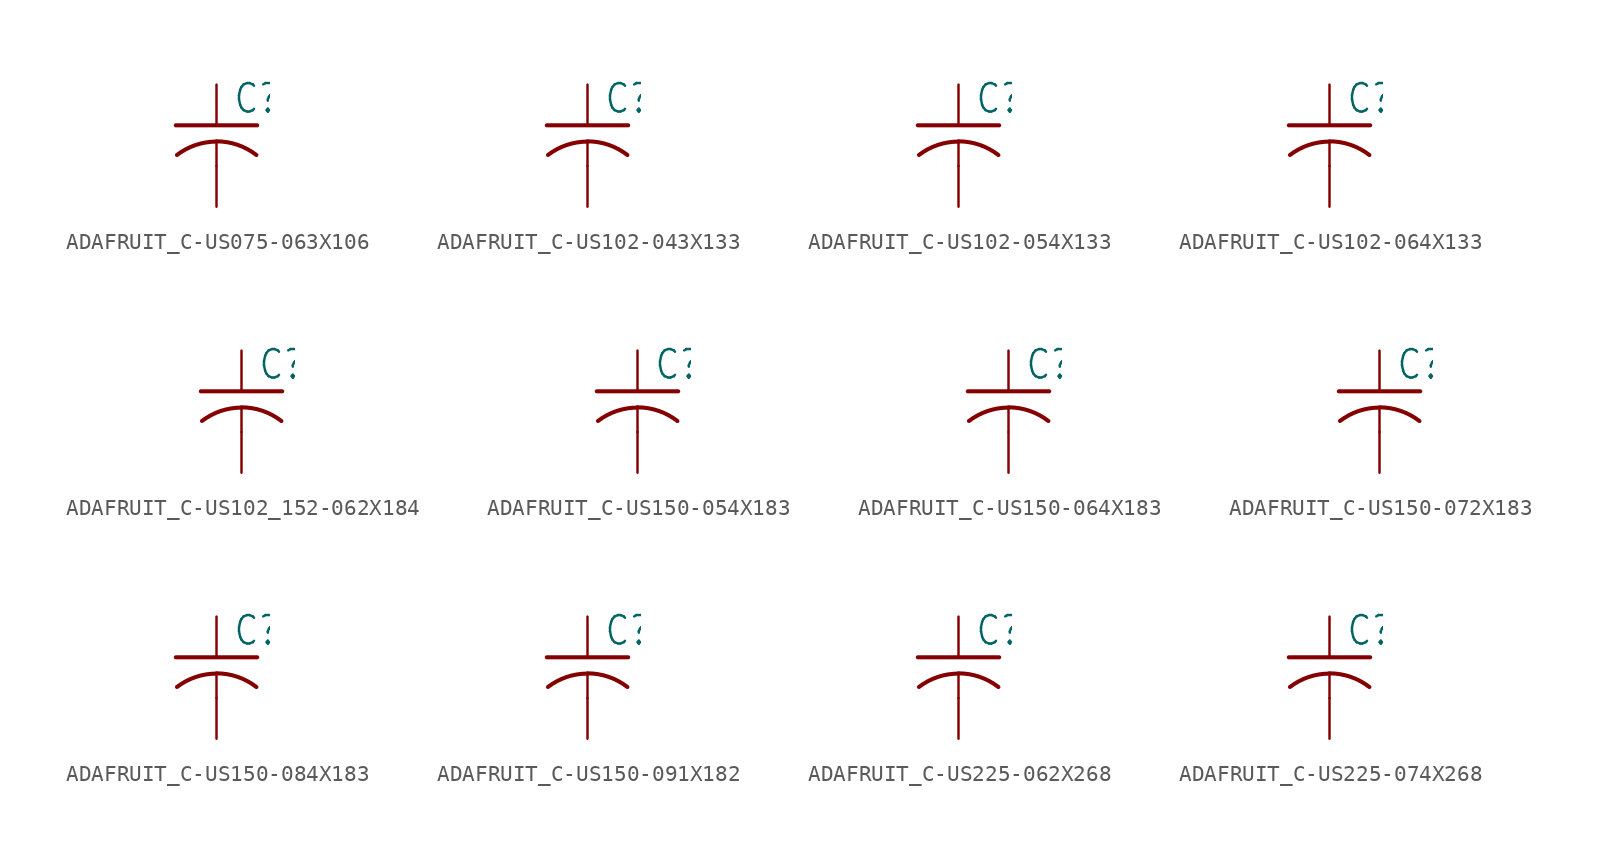
<source format=kicad_sym>
(kicad_symbol_lib
  (version 20231120)
  (generator "kicad_symbol_editor")
  (generator_version "8.0")
  (symbol "ADAFRUIT_C-US075-063X106"
    (property "Reference" "C"
      (at 1.016 0.635 0)
      (effects (font (size 1.778 1.511)) (justify left bottom)))
    (property "Value" ""
      (at 1.016 -4.191 0)
      (effects (font (size 1.778 1.511)) (justify left bottom)))
    (property "ki_locked" ""
      (at 0 0 0)
      (effects (font (size 1.27 1.27))))
    (symbol "ADAFRUIT_C-US075-063X106_1_0"
      (arc (start 0 -1.0161) (mid -1.302 -1.2303) (end -2.4668 -1.8504) (stroke (width 0.254) (type solid)) (fill (type none)))
      (polyline (pts (xy -2.54 0) (xy 2.54 0)) (stroke (width 0.254) (type solid)) (fill (type none)))
      (polyline (pts (xy 0 -1.016) (xy 0 -2.54)) (stroke (width 0.152) (type solid)) (fill (type none)))
      (polyline (pts (xy 0 -1.016) (xy 0 -1.016)) (stroke (width 0.152) (type solid)) (fill (type none)))
      (arc (start 2.4892 -1.8541) (mid 1.3158 -1.2194) (end 0 -1) (stroke (width 0.254) (type solid)) (fill (type none)))
      (pin passive line (at 0 2.54 270) (length 2.54) (name "1" (effects (font (size 0 0)))) (number "1" (effects (font (size 0 0)))))
      (pin passive line (at 0 -5.08 90) (length 2.54) (name "2" (effects (font (size 0 0)))) (number "2" (effects (font (size 0 0)))))))
  (symbol "ADAFRUIT_C-US102-043X133"
    (property "Reference" "C"
      (at 1.016 0.635 0)
      (effects (font (size 1.778 1.511)) (justify left bottom)))
    (property "Value" ""
      (at 1.016 -4.191 0)
      (effects (font (size 1.778 1.511)) (justify left bottom)))
    (property "ki_locked" ""
      (at 0 0 0)
      (effects (font (size 1.27 1.27))))
    (symbol "ADAFRUIT_C-US102-043X133_1_0"
      (arc (start 0 -1.0161) (mid -1.302 -1.2303) (end -2.4668 -1.8504) (stroke (width 0.254) (type solid)) (fill (type none)))
      (polyline (pts (xy -2.54 0) (xy 2.54 0)) (stroke (width 0.254) (type solid)) (fill (type none)))
      (polyline (pts (xy 0 -1.016) (xy 0 -2.54)) (stroke (width 0.152) (type solid)) (fill (type none)))
      (polyline (pts (xy 0 -1.016) (xy 0 -1.016)) (stroke (width 0.152) (type solid)) (fill (type none)))
      (arc (start 2.4892 -1.8541) (mid 1.3158 -1.2194) (end 0 -1) (stroke (width 0.254) (type solid)) (fill (type none)))
      (pin passive line (at 0 2.54 270) (length 2.54) (name "1" (effects (font (size 0 0)))) (number "1" (effects (font (size 0 0)))))
      (pin passive line (at 0 -5.08 90) (length 2.54) (name "2" (effects (font (size 0 0)))) (number "2" (effects (font (size 0 0)))))))
  (symbol "ADAFRUIT_C-US102-054X133"
    (property "Reference" "C"
      (at 1.016 0.635 0)
      (effects (font (size 1.778 1.511)) (justify left bottom)))
    (property "Value" ""
      (at 1.016 -4.191 0)
      (effects (font (size 1.778 1.511)) (justify left bottom)))
    (property "ki_locked" ""
      (at 0 0 0)
      (effects (font (size 1.27 1.27))))
    (symbol "ADAFRUIT_C-US102-054X133_1_0"
      (arc (start 0 -1.0161) (mid -1.302 -1.2303) (end -2.4668 -1.8504) (stroke (width 0.254) (type solid)) (fill (type none)))
      (polyline (pts (xy -2.54 0) (xy 2.54 0)) (stroke (width 0.254) (type solid)) (fill (type none)))
      (polyline (pts (xy 0 -1.016) (xy 0 -2.54)) (stroke (width 0.152) (type solid)) (fill (type none)))
      (polyline (pts (xy 0 -1.016) (xy 0 -1.016)) (stroke (width 0.152) (type solid)) (fill (type none)))
      (arc (start 2.4892 -1.8541) (mid 1.3158 -1.2194) (end 0 -1) (stroke (width 0.254) (type solid)) (fill (type none)))
      (pin passive line (at 0 2.54 270) (length 2.54) (name "1" (effects (font (size 0 0)))) (number "1" (effects (font (size 0 0)))))
      (pin passive line (at 0 -5.08 90) (length 2.54) (name "2" (effects (font (size 0 0)))) (number "2" (effects (font (size 0 0)))))))
  (symbol "ADAFRUIT_C-US102-064X133"
    (property "Reference" "C"
      (at 1.016 0.635 0)
      (effects (font (size 1.778 1.511)) (justify left bottom)))
    (property "Value" ""
      (at 1.016 -4.191 0)
      (effects (font (size 1.778 1.511)) (justify left bottom)))
    (property "ki_locked" ""
      (at 0 0 0)
      (effects (font (size 1.27 1.27))))
    (symbol "ADAFRUIT_C-US102-064X133_1_0"
      (arc (start 0 -1.0161) (mid -1.302 -1.2303) (end -2.4668 -1.8504) (stroke (width 0.254) (type solid)) (fill (type none)))
      (polyline (pts (xy -2.54 0) (xy 2.54 0)) (stroke (width 0.254) (type solid)) (fill (type none)))
      (polyline (pts (xy 0 -1.016) (xy 0 -2.54)) (stroke (width 0.152) (type solid)) (fill (type none)))
      (polyline (pts (xy 0 -1.016) (xy 0 -1.016)) (stroke (width 0.152) (type solid)) (fill (type none)))
      (arc (start 2.4892 -1.8541) (mid 1.3158 -1.2194) (end 0 -1) (stroke (width 0.254) (type solid)) (fill (type none)))
      (pin passive line (at 0 2.54 270) (length 2.54) (name "1" (effects (font (size 0 0)))) (number "1" (effects (font (size 0 0)))))
      (pin passive line (at 0 -5.08 90) (length 2.54) (name "2" (effects (font (size 0 0)))) (number "2" (effects (font (size 0 0)))))))
  (symbol "ADAFRUIT_C-US102_152-062X184"
    (property "Reference" "C"
      (at 1.016 0.635 0)
      (effects (font (size 1.778 1.511)) (justify left bottom)))
    (property "Value" ""
      (at 1.016 -4.191 0)
      (effects (font (size 1.778 1.511)) (justify left bottom)))
    (property "ki_locked" ""
      (at 0 0 0)
      (effects (font (size 1.27 1.27))))
    (symbol "ADAFRUIT_C-US102_152-062X184_1_0"
      (arc (start 0 -1.0161) (mid -1.302 -1.2303) (end -2.4668 -1.8504) (stroke (width 0.254) (type solid)) (fill (type none)))
      (polyline (pts (xy -2.54 0) (xy 2.54 0)) (stroke (width 0.254) (type solid)) (fill (type none)))
      (polyline (pts (xy 0 -1.016) (xy 0 -2.54)) (stroke (width 0.152) (type solid)) (fill (type none)))
      (polyline (pts (xy 0 -1.016) (xy 0 -1.016)) (stroke (width 0.152) (type solid)) (fill (type none)))
      (arc (start 2.4892 -1.8541) (mid 1.3158 -1.2194) (end 0 -1) (stroke (width 0.254) (type solid)) (fill (type none)))
      (pin passive line (at 0 2.54 270) (length 2.54) (name "1" (effects (font (size 0 0)))) (number "1" (effects (font (size 0 0)))))
      (pin passive line (at 0 -5.08 90) (length 2.54) (name "2" (effects (font (size 0 0)))) (number "2" (effects (font (size 0 0)))))))
  (symbol "ADAFRUIT_C-US150-054X183"
    (property "Reference" "C"
      (at 1.016 0.635 0)
      (effects (font (size 1.778 1.511)) (justify left bottom)))
    (property "Value" ""
      (at 1.016 -4.191 0)
      (effects (font (size 1.778 1.511)) (justify left bottom)))
    (property "ki_locked" ""
      (at 0 0 0)
      (effects (font (size 1.27 1.27))))
    (symbol "ADAFRUIT_C-US150-054X183_1_0"
      (arc (start 0 -1.0161) (mid -1.302 -1.2303) (end -2.4668 -1.8504) (stroke (width 0.254) (type solid)) (fill (type none)))
      (polyline (pts (xy -2.54 0) (xy 2.54 0)) (stroke (width 0.254) (type solid)) (fill (type none)))
      (polyline (pts (xy 0 -1.016) (xy 0 -2.54)) (stroke (width 0.152) (type solid)) (fill (type none)))
      (polyline (pts (xy 0 -1.016) (xy 0 -1.016)) (stroke (width 0.152) (type solid)) (fill (type none)))
      (arc (start 2.4892 -1.8541) (mid 1.3158 -1.2194) (end 0 -1) (stroke (width 0.254) (type solid)) (fill (type none)))
      (pin passive line (at 0 2.54 270) (length 2.54) (name "1" (effects (font (size 0 0)))) (number "1" (effects (font (size 0 0)))))
      (pin passive line (at 0 -5.08 90) (length 2.54) (name "2" (effects (font (size 0 0)))) (number "2" (effects (font (size 0 0)))))))
  (symbol "ADAFRUIT_C-US150-064X183"
    (property "Reference" "C"
      (at 1.016 0.635 0)
      (effects (font (size 1.778 1.511)) (justify left bottom)))
    (property "Value" ""
      (at 1.016 -4.191 0)
      (effects (font (size 1.778 1.511)) (justify left bottom)))
    (property "ki_locked" ""
      (at 0 0 0)
      (effects (font (size 1.27 1.27))))
    (symbol "ADAFRUIT_C-US150-064X183_1_0"
      (arc (start 0 -1.0161) (mid -1.302 -1.2303) (end -2.4668 -1.8504) (stroke (width 0.254) (type solid)) (fill (type none)))
      (polyline (pts (xy -2.54 0) (xy 2.54 0)) (stroke (width 0.254) (type solid)) (fill (type none)))
      (polyline (pts (xy 0 -1.016) (xy 0 -2.54)) (stroke (width 0.152) (type solid)) (fill (type none)))
      (polyline (pts (xy 0 -1.016) (xy 0 -1.016)) (stroke (width 0.152) (type solid)) (fill (type none)))
      (arc (start 2.4892 -1.8541) (mid 1.3158 -1.2194) (end 0 -1) (stroke (width 0.254) (type solid)) (fill (type none)))
      (pin passive line (at 0 2.54 270) (length 2.54) (name "1" (effects (font (size 0 0)))) (number "1" (effects (font (size 0 0)))))
      (pin passive line (at 0 -5.08 90) (length 2.54) (name "2" (effects (font (size 0 0)))) (number "2" (effects (font (size 0 0)))))))
  (symbol "ADAFRUIT_C-US150-072X183"
    (property "Reference" "C"
      (at 1.016 0.635 0)
      (effects (font (size 1.778 1.511)) (justify left bottom)))
    (property "Value" ""
      (at 1.016 -4.191 0)
      (effects (font (size 1.778 1.511)) (justify left bottom)))
    (property "ki_locked" ""
      (at 0 0 0)
      (effects (font (size 1.27 1.27))))
    (symbol "ADAFRUIT_C-US150-072X183_1_0"
      (arc (start 0 -1.0161) (mid -1.302 -1.2303) (end -2.4668 -1.8504) (stroke (width 0.254) (type solid)) (fill (type none)))
      (polyline (pts (xy -2.54 0) (xy 2.54 0)) (stroke (width 0.254) (type solid)) (fill (type none)))
      (polyline (pts (xy 0 -1.016) (xy 0 -2.54)) (stroke (width 0.152) (type solid)) (fill (type none)))
      (polyline (pts (xy 0 -1.016) (xy 0 -1.016)) (stroke (width 0.152) (type solid)) (fill (type none)))
      (arc (start 2.4892 -1.8541) (mid 1.3158 -1.2194) (end 0 -1) (stroke (width 0.254) (type solid)) (fill (type none)))
      (pin passive line (at 0 2.54 270) (length 2.54) (name "1" (effects (font (size 0 0)))) (number "1" (effects (font (size 0 0)))))
      (pin passive line (at 0 -5.08 90) (length 2.54) (name "2" (effects (font (size 0 0)))) (number "2" (effects (font (size 0 0)))))))
  (symbol "ADAFRUIT_C-US150-084X183"
    (property "Reference" "C"
      (at 1.016 0.635 0)
      (effects (font (size 1.778 1.511)) (justify left bottom)))
    (property "Value" ""
      (at 1.016 -4.191 0)
      (effects (font (size 1.778 1.511)) (justify left bottom)))
    (property "ki_locked" ""
      (at 0 0 0)
      (effects (font (size 1.27 1.27))))
    (symbol "ADAFRUIT_C-US150-084X183_1_0"
      (arc (start 0 -1.0161) (mid -1.302 -1.2303) (end -2.4668 -1.8504) (stroke (width 0.254) (type solid)) (fill (type none)))
      (polyline (pts (xy -2.54 0) (xy 2.54 0)) (stroke (width 0.254) (type solid)) (fill (type none)))
      (polyline (pts (xy 0 -1.016) (xy 0 -2.54)) (stroke (width 0.152) (type solid)) (fill (type none)))
      (polyline (pts (xy 0 -1.016) (xy 0 -1.016)) (stroke (width 0.152) (type solid)) (fill (type none)))
      (arc (start 2.4892 -1.8541) (mid 1.3158 -1.2194) (end 0 -1) (stroke (width 0.254) (type solid)) (fill (type none)))
      (pin passive line (at 0 2.54 270) (length 2.54) (name "1" (effects (font (size 0 0)))) (number "1" (effects (font (size 0 0)))))
      (pin passive line (at 0 -5.08 90) (length 2.54) (name "2" (effects (font (size 0 0)))) (number "2" (effects (font (size 0 0)))))))
  (symbol "ADAFRUIT_C-US150-091X182"
    (property "Reference" "C"
      (at 1.016 0.635 0)
      (effects (font (size 1.778 1.511)) (justify left bottom)))
    (property "Value" ""
      (at 1.016 -4.191 0)
      (effects (font (size 1.778 1.511)) (justify left bottom)))
    (property "ki_locked" ""
      (at 0 0 0)
      (effects (font (size 1.27 1.27))))
    (symbol "ADAFRUIT_C-US150-091X182_1_0"
      (arc (start 0 -1.0161) (mid -1.302 -1.2303) (end -2.4668 -1.8504) (stroke (width 0.254) (type solid)) (fill (type none)))
      (polyline (pts (xy -2.54 0) (xy 2.54 0)) (stroke (width 0.254) (type solid)) (fill (type none)))
      (polyline (pts (xy 0 -1.016) (xy 0 -2.54)) (stroke (width 0.152) (type solid)) (fill (type none)))
      (polyline (pts (xy 0 -1.016) (xy 0 -1.016)) (stroke (width 0.152) (type solid)) (fill (type none)))
      (arc (start 2.4892 -1.8541) (mid 1.3158 -1.2194) (end 0 -1) (stroke (width 0.254) (type solid)) (fill (type none)))
      (pin passive line (at 0 2.54 270) (length 2.54) (name "1" (effects (font (size 0 0)))) (number "1" (effects (font (size 0 0)))))
      (pin passive line (at 0 -5.08 90) (length 2.54) (name "2" (effects (font (size 0 0)))) (number "2" (effects (font (size 0 0)))))))
  (symbol "ADAFRUIT_C-US225-062X268"
    (property "Reference" "C"
      (at 1.016 0.635 0)
      (effects (font (size 1.778 1.511)) (justify left bottom)))
    (property "Value" ""
      (at 1.016 -4.191 0)
      (effects (font (size 1.778 1.511)) (justify left bottom)))
    (property "ki_locked" ""
      (at 0 0 0)
      (effects (font (size 1.27 1.27))))
    (symbol "ADAFRUIT_C-US225-062X268_1_0"
      (arc (start 0 -1.0161) (mid -1.302 -1.2303) (end -2.4668 -1.8504) (stroke (width 0.254) (type solid)) (fill (type none)))
      (polyline (pts (xy -2.54 0) (xy 2.54 0)) (stroke (width 0.254) (type solid)) (fill (type none)))
      (polyline (pts (xy 0 -1.016) (xy 0 -2.54)) (stroke (width 0.152) (type solid)) (fill (type none)))
      (polyline (pts (xy 0 -1.016) (xy 0 -1.016)) (stroke (width 0.152) (type solid)) (fill (type none)))
      (arc (start 2.4892 -1.8541) (mid 1.3158 -1.2194) (end 0 -1) (stroke (width 0.254) (type solid)) (fill (type none)))
      (pin passive line (at 0 2.54 270) (length 2.54) (name "1" (effects (font (size 0 0)))) (number "1" (effects (font (size 0 0)))))
      (pin passive line (at 0 -5.08 90) (length 2.54) (name "2" (effects (font (size 0 0)))) (number "2" (effects (font (size 0 0)))))))
  (symbol "ADAFRUIT_C-US225-074X268"
    (property "Reference" "C"
      (at 1.016 0.635 0)
      (effects (font (size 1.778 1.511)) (justify left bottom)))
    (property "Value" ""
      (at 1.016 -4.191 0)
      (effects (font (size 1.778 1.511)) (justify left bottom)))
    (property "ki_locked" ""
      (at 0 0 0)
      (effects (font (size 1.27 1.27))))
    (symbol "ADAFRUIT_C-US225-074X268_1_0"
      (arc (start 0 -1.0161) (mid -1.302 -1.2303) (end -2.4668 -1.8504) (stroke (width 0.254) (type solid)) (fill (type none)))
      (polyline (pts (xy -2.54 0) (xy 2.54 0)) (stroke (width 0.254) (type solid)) (fill (type none)))
      (polyline (pts (xy 0 -1.016) (xy 0 -2.54)) (stroke (width 0.152) (type solid)) (fill (type none)))
      (polyline (pts (xy 0 -1.016) (xy 0 -1.016)) (stroke (width 0.152) (type solid)) (fill (type none)))
      (arc (start 2.4892 -1.8541) (mid 1.3158 -1.2194) (end 0 -1) (stroke (width 0.254) (type solid)) (fill (type none)))
      (pin passive line (at 0 2.54 270) (length 2.54) (name "1" (effects (font (size 0 0)))) (number "1" (effects (font (size 0 0)))))
      (pin passive line (at 0 -5.08 90) (length 2.54) (name "2" (effects (font (size 0 0)))) (number "2" (effects (font (size 0 0))))))))
</source>
